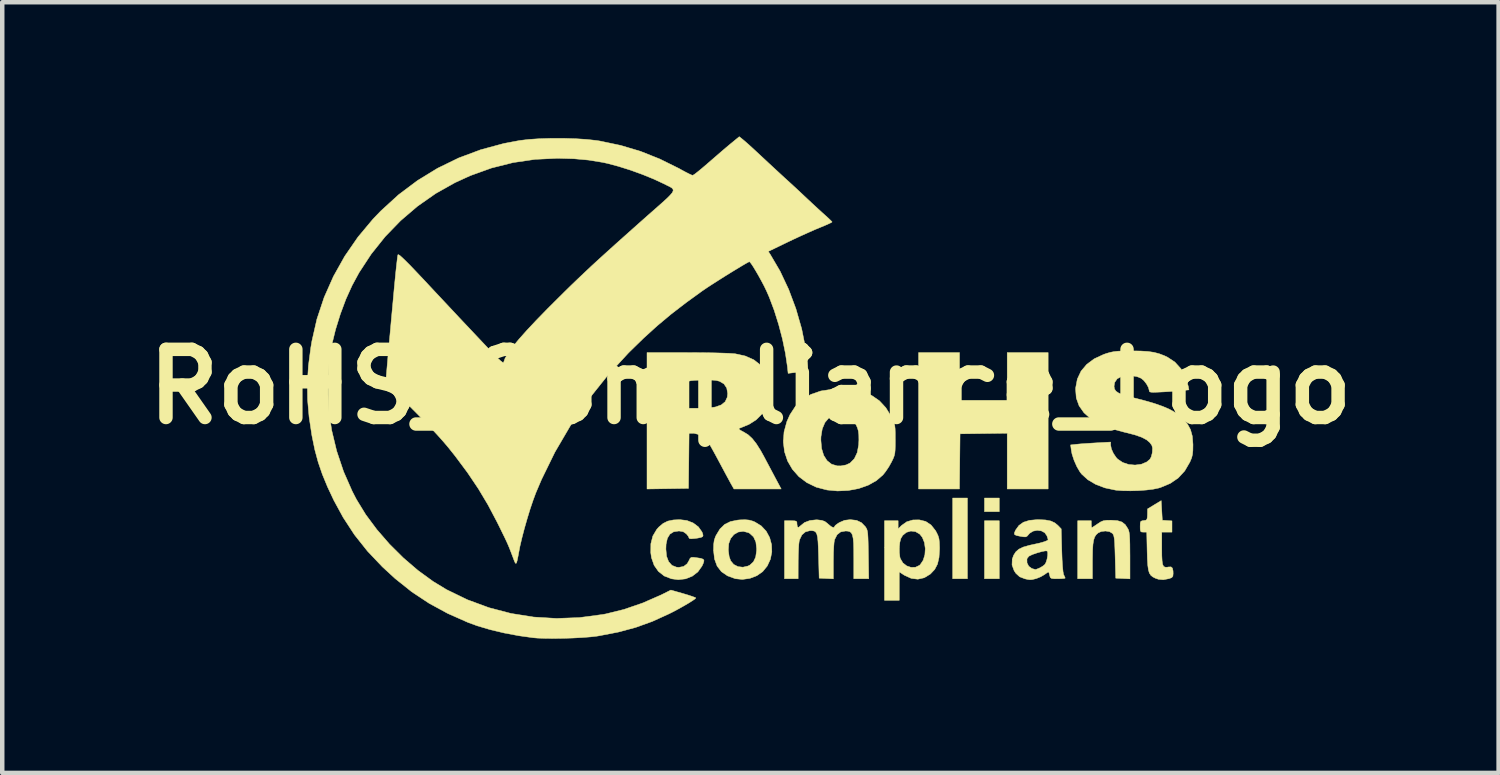
<source format=kicad_pcb>
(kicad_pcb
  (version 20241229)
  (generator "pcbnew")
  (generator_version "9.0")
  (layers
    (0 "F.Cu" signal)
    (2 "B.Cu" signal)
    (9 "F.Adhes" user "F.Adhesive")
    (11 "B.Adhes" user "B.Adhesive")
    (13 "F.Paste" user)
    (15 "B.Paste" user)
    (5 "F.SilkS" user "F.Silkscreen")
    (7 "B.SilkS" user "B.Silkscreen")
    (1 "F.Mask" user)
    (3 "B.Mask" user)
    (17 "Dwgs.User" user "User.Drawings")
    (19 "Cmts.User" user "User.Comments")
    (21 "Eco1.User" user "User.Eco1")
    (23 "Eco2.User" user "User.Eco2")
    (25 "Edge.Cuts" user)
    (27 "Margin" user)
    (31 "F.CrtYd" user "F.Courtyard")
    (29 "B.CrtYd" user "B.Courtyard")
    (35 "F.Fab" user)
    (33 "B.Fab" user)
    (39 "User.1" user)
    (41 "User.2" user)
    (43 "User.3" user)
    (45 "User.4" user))
  (footprint "RoHS_Compliance_Logo"
    (layer "F.Cu")
    (at 13.723 5.593)
    (property "Reference" "RoHS_Compliance_Logo" (at 0 0 0) (layer "F.SilkS") (effects (font (size 1.524 1.524) (thickness 0.3))))
    (attr through_hole)
    (fp_poly (pts (xy 4.851 4.293) (xy 4.521 4.293) (xy 4.521 2.489) (xy 4.851 2.489) (xy 4.851 4.293)) (stroke (width 0.01) (type solid)) (fill yes) (layer "F.SilkS"))
    (fp_poly (pts (xy 5.563 2.794) (xy 5.232 2.794) (xy 5.232 2.489) (xy 5.563 2.489) (xy 5.563 2.794)) (stroke (width 0.01) (type solid)) (fill yes) (layer "F.SilkS"))
    (fp_poly (pts (xy 5.563 4.293) (xy 5.232 4.293) (xy 5.232 2.997) (xy 5.563 2.997) (xy 5.563 4.293)) (stroke (width 0.01) (type solid)) (fill yes) (layer "F.SilkS"))
    (fp_poly (pts (xy 4.674 0.305) (xy 5.74 0.305) (xy 5.74 -0.762) (xy 6.655 -0.762) (xy 6.655 2.286) (xy 5.74 2.286) (xy 5.74 1.04) (xy 5.213 1.047) (xy 4.686 1.054) (xy 4.673 2.286) (xy 3.759 2.286) (xy 3.759 -0.762) (xy 4.674 -0.762) (xy 4.674 0.305)) (stroke (width 0.01) (type solid)) (fill yes) (layer "F.SilkS"))
    (fp_poly (pts (xy 9.207 2.985) (xy 9.423 3) (xy 9.423 3.251) (xy 9.195 3.251) (xy 9.195 3.616) (xy 9.196 3.776) (xy 9.202 3.891) (xy 9.213 3.969) (xy 9.234 4.014) (xy 9.266 4.034) (xy 9.311 4.036) (xy 9.345 4.03) (xy 9.401 4.028) (xy 9.433 4.055) (xy 9.447 4.119) (xy 9.449 4.179) (xy 9.443 4.237) (xy 9.417 4.268) (xy 9.356 4.291) (xy 9.354 4.291) (xy 9.228 4.315) (xy 9.121 4.305) (xy 9.051 4.281) (xy 8.993 4.251) (xy 8.949 4.215) (xy 8.917 4.165) (xy 8.896 4.093) (xy 8.882 3.992) (xy 8.873 3.855) (xy 8.868 3.678) (xy 8.859 3.251) (xy 8.786 3.251) (xy 8.742 3.248) (xy 8.72 3.23) (xy 8.713 3.184) (xy 8.712 3.126) (xy 8.714 3.051) (xy 8.725 3.013) (xy 8.754 2.998) (xy 8.792 2.992) (xy 8.84 2.985) (xy 8.863 2.964) (xy 8.872 2.918) (xy 8.875 2.858) (xy 8.877 2.732) (xy 9.03 2.639) (xy 9.182 2.547) (xy 9.207 2.985)) (stroke (width 0.01) (type solid)) (fill yes) (layer "F.SilkS"))
    (fp_poly (pts (xy 8.203 2.994) (xy 8.304 3.025) (xy 8.379 3.084) (xy 8.439 3.177) (xy 8.455 3.214) (xy 8.466 3.26) (xy 8.474 3.323) (xy 8.479 3.411) (xy 8.482 3.531) (xy 8.483 3.691) (xy 8.484 3.779) (xy 8.484 4.295) (xy 8.166 4.28) (xy 8.153 3.806) (xy 8.148 3.637) (xy 8.143 3.511) (xy 8.137 3.421) (xy 8.128 3.36) (xy 8.117 3.319) (xy 8.102 3.291) (xy 8.092 3.279) (xy 8.027 3.24) (xy 7.937 3.226) (xy 7.843 3.237) (xy 7.775 3.267) (xy 7.73 3.307) (xy 7.696 3.358) (xy 7.673 3.427) (xy 7.657 3.523) (xy 7.649 3.653) (xy 7.646 3.824) (xy 7.645 3.885) (xy 7.645 4.293) (xy 7.315 4.293) (xy 7.315 2.997) (xy 7.62 2.997) (xy 7.62 3.073) (xy 7.623 3.127) (xy 7.632 3.15) (xy 7.632 3.15) (xy 7.658 3.136) (xy 7.711 3.101) (xy 7.761 3.067) (xy 7.828 3.023) (xy 7.886 2.998) (xy 7.955 2.987) (xy 8.053 2.985) (xy 8.065 2.985) (xy 8.203 2.994)) (stroke (width 0.01) (type solid)) (fill yes) (layer "F.SilkS"))
    (fp_poly (pts (xy 3.918 3.012) (xy 4.038 3.092) (xy 4.138 3.218) (xy 4.164 3.266) (xy 4.196 3.334) (xy 4.215 3.4) (xy 4.224 3.479) (xy 4.228 3.588) (xy 4.228 3.632) (xy 4.216 3.817) (xy 4.182 3.965) (xy 4.12 4.084) (xy 4.027 4.183) (xy 4.019 4.19) (xy 3.885 4.271) (xy 3.743 4.303) (xy 3.596 4.285) (xy 3.446 4.217) (xy 3.425 4.204) (xy 3.327 4.139) (xy 3.327 4.775) (xy 2.997 4.775) (xy 2.997 3.593) (xy 3.329 3.593) (xy 3.33 3.711) (xy 3.342 3.812) (xy 3.353 3.847) (xy 3.41 3.941) (xy 3.494 4.006) (xy 3.591 4.039) (xy 3.69 4.036) (xy 3.778 3.994) (xy 3.796 3.978) (xy 3.862 3.88) (xy 3.9 3.756) (xy 3.909 3.619) (xy 3.89 3.485) (xy 3.843 3.368) (xy 3.786 3.296) (xy 3.689 3.239) (xy 3.586 3.227) (xy 3.487 3.256) (xy 3.404 3.324) (xy 3.362 3.395) (xy 3.34 3.481) (xy 3.329 3.593) (xy 2.997 3.593) (xy 2.997 2.997) (xy 3.302 2.997) (xy 3.302 3.179) (xy 3.378 3.103) (xy 3.494 3.02) (xy 3.633 2.979) (xy 3.775 2.977) (xy 3.918 3.012)) (stroke (width 0.01) (type solid)) (fill yes) (layer "F.SilkS"))
    (fp_poly (pts (xy -0.028 2.982) (xy 0.05 3.004) (xy 0.097 3.023) (xy 0.241 3.111) (xy 0.353 3.23) (xy 0.43 3.372) (xy 0.473 3.53) (xy 0.479 3.694) (xy 0.447 3.856) (xy 0.377 4.008) (xy 0.275 4.133) (xy 0.144 4.225) (xy -0.013 4.285) (xy -0.18 4.308) (xy -0.337 4.292) (xy -0.512 4.228) (xy -0.648 4.135) (xy -0.744 4.01) (xy -0.802 3.852) (xy -0.824 3.659) (xy -0.824 3.654) (xy -0.494 3.654) (xy -0.475 3.797) (xy -0.441 3.892) (xy -0.374 3.973) (xy -0.278 4.022) (xy -0.168 4.035) (xy -0.057 4.01) (xy -0.012 3.988) (xy 0.068 3.914) (xy 0.118 3.809) (xy 0.138 3.668) (xy 0.139 3.619) (xy 0.122 3.47) (xy 0.07 3.357) (xy -0.016 3.278) (xy -0.047 3.262) (xy -0.16 3.233) (xy -0.271 3.249) (xy -0.368 3.304) (xy -0.442 3.394) (xy -0.484 3.509) (xy -0.494 3.654) (xy -0.824 3.654) (xy -0.824 3.645) (xy -0.821 3.524) (xy -0.809 3.435) (xy -0.783 3.357) (xy -0.767 3.323) (xy -0.68 3.18) (xy -0.576 3.079) (xy -0.447 3.015) (xy -0.284 2.982) (xy -0.227 2.977) (xy -0.114 2.974) (xy -0.028 2.982)) (stroke (width 0.01) (type solid)) (fill yes) (layer "F.SilkS"))
    (fp_poly (pts (xy -1.42 2.991) (xy -1.278 3.047) (xy -1.163 3.133) (xy -1.084 3.244) (xy -1.069 3.28) (xy -1.058 3.323) (xy -1.067 3.351) (xy -1.104 3.369) (xy -1.177 3.384) (xy -1.244 3.393) (xy -1.327 3.4) (xy -1.366 3.392) (xy -1.372 3.38) (xy -1.388 3.343) (xy -1.429 3.293) (xy -1.434 3.288) (xy -1.503 3.241) (xy -1.593 3.226) (xy -1.6 3.226) (xy -1.715 3.243) (xy -1.8 3.297) (xy -1.856 3.389) (xy -1.885 3.522) (xy -1.889 3.631) (xy -1.874 3.79) (xy -1.828 3.911) (xy -1.754 3.994) (xy -1.653 4.034) (xy -1.6 4.039) (xy -1.492 4.018) (xy -1.412 3.956) (xy -1.371 3.884) (xy -1.349 3.838) (xy -1.322 3.816) (xy -1.275 3.814) (xy -1.21 3.822) (xy -1.11 3.837) (xy -1.054 3.857) (xy -1.037 3.89) (xy -1.052 3.944) (xy -1.082 4.01) (xy -1.174 4.139) (xy -1.298 4.235) (xy -1.447 4.295) (xy -1.612 4.314) (xy -1.765 4.294) (xy -1.927 4.231) (xy -2.056 4.129) (xy -2.152 3.992) (xy -2.211 3.823) (xy -2.227 3.712) (xy -2.225 3.511) (xy -2.181 3.338) (xy -2.094 3.191) (xy -2.046 3.137) (xy -1.95 3.056) (xy -1.847 3.005) (xy -1.722 2.979) (xy -1.58 2.972) (xy -1.42 2.991)) (stroke (width 0.01) (type solid)) (fill yes) (layer "F.SilkS"))
    (fp_poly (pts (xy 2.27 0.066) (xy 2.507 0.114) (xy 2.71 0.196) (xy 2.882 0.314) (xy 3.027 0.47) (xy 3.147 0.665) (xy 3.156 0.683) (xy 3.19 0.753) (xy 3.213 0.812) (xy 3.227 0.871) (xy 3.235 0.943) (xy 3.238 1.04) (xy 3.238 1.176) (xy 3.239 1.181) (xy 3.238 1.318) (xy 3.235 1.416) (xy 3.228 1.489) (xy 3.214 1.548) (xy 3.191 1.607) (xy 3.157 1.677) (xy 3.155 1.681) (xy 3.095 1.789) (xy 3.021 1.899) (xy 2.961 1.974) (xy 2.814 2.101) (xy 2.631 2.203) (xy 2.42 2.277) (xy 2.189 2.32) (xy 1.948 2.331) (xy 1.711 2.309) (xy 1.471 2.246) (xy 1.262 2.145) (xy 1.083 2.01) (xy 0.939 1.847) (xy 0.831 1.661) (xy 0.763 1.456) (xy 0.736 1.238) (xy 0.739 1.194) (xy 1.575 1.194) (xy 1.591 1.381) (xy 1.638 1.535) (xy 1.713 1.653) (xy 1.815 1.733) (xy 1.94 1.77) (xy 2.022 1.771) (xy 2.139 1.749) (xy 2.229 1.706) (xy 2.324 1.609) (xy 2.388 1.473) (xy 2.42 1.299) (xy 2.425 1.193) (xy 2.423 1.076) (xy 2.413 0.991) (xy 2.393 0.921) (xy 2.361 0.85) (xy 2.274 0.723) (xy 2.168 0.643) (xy 2.042 0.611) (xy 2.014 0.61) (xy 1.872 0.632) (xy 1.756 0.696) (xy 1.666 0.801) (xy 1.606 0.943) (xy 1.577 1.119) (xy 1.575 1.194) (xy 0.739 1.194) (xy 0.752 1.011) (xy 0.815 0.78) (xy 0.883 0.628) (xy 1.007 0.438) (xy 1.163 0.286) (xy 1.352 0.173) (xy 1.575 0.096) (xy 1.831 0.057) (xy 1.995 0.051) (xy 2.27 0.066)) (stroke (width 0.01) (type solid)) (fill yes) (layer "F.SilkS"))
    (fp_poly (pts (xy 2.373 2.988) (xy 2.483 3.04) (xy 2.57 3.13) (xy 2.589 3.16) (xy 2.604 3.191) (xy 2.615 3.232) (xy 2.623 3.289) (xy 2.628 3.371) (xy 2.632 3.483) (xy 2.635 3.635) (xy 2.637 3.753) (xy 2.645 4.293) (xy 2.311 4.293) (xy 2.311 3.834) (xy 2.31 3.642) (xy 2.306 3.495) (xy 2.296 3.388) (xy 2.279 3.313) (xy 2.254 3.265) (xy 2.218 3.239) (xy 2.169 3.228) (xy 2.125 3.226) (xy 2.018 3.246) (xy 1.938 3.308) (xy 1.884 3.414) (xy 1.879 3.431) (xy 1.87 3.487) (xy 1.863 3.582) (xy 1.857 3.705) (xy 1.855 3.844) (xy 1.854 3.906) (xy 1.854 4.295) (xy 1.537 4.28) (xy 1.524 3.792) (xy 1.518 3.606) (xy 1.511 3.465) (xy 1.501 3.363) (xy 1.484 3.293) (xy 1.46 3.25) (xy 1.426 3.227) (xy 1.381 3.219) (xy 1.331 3.218) (xy 1.23 3.245) (xy 1.151 3.313) (xy 1.1 3.419) (xy 1.09 3.458) (xy 1.082 3.524) (xy 1.076 3.628) (xy 1.071 3.757) (xy 1.068 3.898) (xy 1.068 3.931) (xy 1.067 4.293) (xy 0.762 4.293) (xy 0.762 2.997) (xy 0.902 2.997) (xy 0.982 2.998) (xy 1.023 3.007) (xy 1.039 3.029) (xy 1.041 3.072) (xy 1.041 3.073) (xy 1.05 3.134) (xy 1.076 3.146) (xy 1.118 3.111) (xy 1.119 3.11) (xy 1.209 3.037) (xy 1.331 2.991) (xy 1.47 2.976) (xy 1.503 2.977) (xy 1.598 2.989) (xy 1.663 3.012) (xy 1.721 3.056) (xy 1.735 3.069) (xy 1.802 3.125) (xy 1.852 3.149) (xy 1.878 3.138) (xy 1.88 3.125) (xy 1.9 3.099) (xy 1.951 3.061) (xy 1.99 3.036) (xy 2.104 2.987) (xy 2.231 2.972) (xy 2.232 2.972) (xy 2.373 2.988)) (stroke (width 0.01) (type solid)) (fill yes) (layer "F.SilkS"))
    (fp_poly (pts (xy -1.207 -0.761) (xy -0.997 -0.759) (xy -0.802 -0.756) (xy -0.63 -0.751) (xy -0.488 -0.746) (xy -0.384 -0.739) (xy -0.338 -0.735) (xy -0.113 -0.685) (xy 0.076 -0.601) (xy 0.227 -0.483) (xy 0.339 -0.333) (xy 0.365 -0.282) (xy 0.393 -0.209) (xy 0.41 -0.13) (xy 0.418 -0.028) (xy 0.419 0.076) (xy 0.417 0.197) (xy 0.41 0.284) (xy 0.394 0.355) (xy 0.365 0.426) (xy 0.348 0.462) (xy 0.253 0.616) (xy 0.129 0.74) (xy -0.031 0.842) (xy -0.232 0.925) (xy -0.254 0.932) (xy -0.256 0.949) (xy -0.215 0.979) (xy -0.155 1.011) (xy -0.055 1.071) (xy 0.038 1.156) (xy 0.131 1.273) (xy 0.229 1.428) (xy 0.296 1.549) (xy 0.359 1.668) (xy 0.434 1.809) (xy 0.51 1.952) (xy 0.549 2.026) (xy 0.688 2.286) (xy 0.16 2.286) (xy -0.368 2.286) (xy -0.415 2.203) (xy -0.443 2.154) (xy -0.489 2.069) (xy -0.549 1.958) (xy -0.618 1.829) (xy -0.675 1.722) (xy -0.748 1.586) (xy -0.817 1.459) (xy -0.877 1.351) (xy -0.923 1.271) (xy -0.945 1.235) (xy -1.032 1.14) (xy -1.143 1.072) (xy -1.26 1.042) (xy -1.279 1.041) (xy -1.371 1.041) (xy -1.377 1.657) (xy -1.384 2.273) (xy -1.848 2.28) (xy -2.311 2.287) (xy -2.311 -0.121) (xy -1.372 -0.121) (xy -1.372 -0.089) (xy -1.372 -0.018) (xy -1.372 0.083) (xy -1.372 0.191) (xy -1.372 0.483) (xy -1.144 0.483) (xy -1.022 0.479) (xy -0.9 0.47) (xy -0.801 0.457) (xy -0.783 0.454) (xy -0.652 0.408) (xy -0.564 0.336) (xy -0.517 0.235) (xy -0.508 0.152) (xy -0.529 0.03) (xy -0.591 -0.062) (xy -0.69 -0.121) (xy -0.764 -0.139) (xy -0.837 -0.146) (xy -0.935 -0.149) (xy -1.044 -0.149) (xy -1.153 -0.146) (xy -1.251 -0.141) (xy -1.327 -0.134) (xy -1.368 -0.125) (xy -1.372 -0.121) (xy -2.311 -0.121) (xy -2.311 -0.762) (xy -1.424 -0.762) (xy -1.207 -0.761)) (stroke (width 0.01) (type solid)) (fill yes) (layer "F.SilkS"))
    (fp_poly (pts (xy 6.594 2.979) (xy 6.713 3.002) (xy 6.804 3.044) (xy 6.872 3.1) (xy 6.947 3.178) (xy 6.96 3.666) (xy 6.967 3.864) (xy 6.977 4.02) (xy 6.988 4.133) (xy 7 4.198) (xy 7.005 4.208) (xy 7.028 4.256) (xy 7.036 4.278) (xy 7.013 4.286) (xy 6.952 4.291) (xy 6.87 4.293) (xy 6.781 4.292) (xy 6.73 4.285) (xy 6.705 4.268) (xy 6.693 4.234) (xy 6.689 4.216) (xy 6.675 4.163) (xy 6.663 4.14) (xy 6.663 4.14) (xy 6.637 4.154) (xy 6.588 4.189) (xy 6.571 4.201) (xy 6.489 4.249) (xy 6.39 4.289) (xy 6.295 4.312) (xy 6.248 4.315) (xy 6.197 4.308) (xy 6.134 4.294) (xy 6.018 4.249) (xy 5.933 4.171) (xy 5.895 4.113) (xy 5.848 3.985) (xy 5.853 3.855) (xy 5.853 3.855) (xy 6.181 3.855) (xy 6.183 3.938) (xy 6.222 4.014) (xy 6.288 4.063) (xy 6.3 4.067) (xy 6.349 4.081) (xy 6.37 4.087) (xy 6.396 4.08) (xy 6.449 4.059) (xy 6.459 4.055) (xy 6.529 4.016) (xy 6.583 3.973) (xy 6.583 3.972) (xy 6.609 3.924) (xy 6.631 3.852) (xy 6.644 3.775) (xy 6.646 3.709) (xy 6.634 3.674) (xy 6.633 3.673) (xy 6.593 3.67) (xy 6.516 3.685) (xy 6.412 3.714) (xy 6.306 3.75) (xy 6.227 3.788) (xy 6.187 3.836) (xy 6.181 3.855) (xy 5.853 3.855) (xy 5.883 3.769) (xy 5.932 3.692) (xy 6.001 3.632) (xy 6.099 3.585) (xy 6.235 3.546) (xy 6.313 3.529) (xy 6.459 3.497) (xy 6.567 3.466) (xy 6.634 3.44) (xy 6.655 3.419) (xy 6.647 3.392) (xy 6.629 3.338) (xy 6.627 3.332) (xy 6.579 3.264) (xy 6.503 3.223) (xy 6.411 3.211) (xy 6.319 3.229) (xy 6.241 3.277) (xy 6.22 3.301) (xy 6.188 3.339) (xy 6.156 3.357) (xy 6.106 3.356) (xy 6.031 3.344) (xy 5.946 3.326) (xy 5.905 3.305) (xy 5.9 3.271) (xy 5.923 3.215) (xy 5.928 3.205) (xy 6.002 3.102) (xy 6.103 3.03) (xy 6.236 2.988) (xy 6.407 2.972) (xy 6.436 2.972) (xy 6.594 2.979)) (stroke (width 0.01) (type solid)) (fill yes) (layer "F.SilkS"))
    (fp_poly (pts (xy 8.723 -0.797) (xy 8.886 -0.787) (xy 9.021 -0.767) (xy 9.139 -0.736) (xy 9.254 -0.692) (xy 9.323 -0.659) (xy 9.49 -0.548) (xy 9.625 -0.399) (xy 9.725 -0.218) (xy 9.787 -0.009) (xy 9.802 0.071) (xy 9.67 0.085) (xy 9.591 0.093) (xy 9.477 0.101) (xy 9.345 0.11) (xy 9.227 0.117) (xy 9.096 0.123) (xy 9.008 0.126) (xy 8.954 0.123) (xy 8.926 0.115) (xy 8.916 0.1) (xy 8.915 0.089) (xy 8.898 0.02) (xy 8.853 -0.063) (xy 8.793 -0.139) (xy 8.734 -0.188) (xy 8.638 -0.226) (xy 8.515 -0.246) (xy 8.391 -0.247) (xy 8.297 -0.23) (xy 8.198 -0.176) (xy 8.142 -0.095) (xy 8.128 -0.009) (xy 8.138 0.051) (xy 8.171 0.101) (xy 8.233 0.143) (xy 8.331 0.183) (xy 8.471 0.224) (xy 8.54 0.242) (xy 8.809 0.311) (xy 9.033 0.376) (xy 9.218 0.441) (xy 9.37 0.507) (xy 9.496 0.577) (xy 9.6 0.653) (xy 9.657 0.704) (xy 9.765 0.828) (xy 9.837 0.959) (xy 9.878 1.108) (xy 9.892 1.289) (xy 9.892 1.308) (xy 9.89 1.429) (xy 9.881 1.517) (xy 9.862 1.593) (xy 9.828 1.674) (xy 9.822 1.687) (xy 9.708 1.883) (xy 9.562 2.041) (xy 9.383 2.163) (xy 9.165 2.254) (xy 9.124 2.266) (xy 9.005 2.291) (xy 8.85 2.31) (xy 8.675 2.323) (xy 8.494 2.328) (xy 8.323 2.325) (xy 8.176 2.314) (xy 8.157 2.311) (xy 7.925 2.262) (xy 7.717 2.183) (xy 7.541 2.079) (xy 7.404 1.954) (xy 7.368 1.908) (xy 7.298 1.789) (xy 7.235 1.647) (xy 7.189 1.506) (xy 7.174 1.427) (xy 7.157 1.302) (xy 7.293 1.287) (xy 7.374 1.279) (xy 7.489 1.271) (xy 7.623 1.262) (xy 7.741 1.255) (xy 8.052 1.238) (xy 8.052 1.306) (xy 8.069 1.392) (xy 8.113 1.49) (xy 8.175 1.582) (xy 8.208 1.618) (xy 8.321 1.694) (xy 8.455 1.739) (xy 8.598 1.752) (xy 8.736 1.734) (xy 8.857 1.684) (xy 8.929 1.624) (xy 8.959 1.57) (xy 8.98 1.49) (xy 8.985 1.453) (xy 8.988 1.37) (xy 8.973 1.312) (xy 8.931 1.253) (xy 8.93 1.251) (xy 8.856 1.188) (xy 8.746 1.13) (xy 8.594 1.077) (xy 8.396 1.026) (xy 8.362 1.018) (xy 8.066 0.939) (xy 7.817 0.84) (xy 7.613 0.722) (xy 7.457 0.584) (xy 7.347 0.428) (xy 7.284 0.253) (xy 7.269 0.059) (xy 7.27 0.028) (xy 7.308 -0.172) (xy 7.391 -0.348) (xy 7.517 -0.498) (xy 7.685 -0.623) (xy 7.896 -0.721) (xy 7.963 -0.744) (xy 8.044 -0.767) (xy 8.123 -0.783) (xy 8.213 -0.793) (xy 8.326 -0.798) (xy 8.474 -0.8) (xy 8.522 -0.8) (xy 8.723 -0.797)) (stroke (width 0.01) (type solid)) (fill yes) (layer "F.SilkS"))
    (fp_poly (pts (xy -0.182 -5.535) (xy -0.121 -5.484) (xy -0.03 -5.404) (xy 0.092 -5.292) (xy 0.247 -5.148) (xy 0.331 -5.07) (xy 0.411 -4.995) (xy 0.517 -4.897) (xy 0.636 -4.787) (xy 0.755 -4.677) (xy 0.787 -4.648) (xy 0.91 -4.536) (xy 1.04 -4.416) (xy 1.163 -4.301) (xy 1.265 -4.205) (xy 1.282 -4.189) (xy 1.389 -4.089) (xy 1.505 -3.982) (xy 1.611 -3.885) (xy 1.655 -3.846) (xy 1.73 -3.778) (xy 1.789 -3.722) (xy 1.822 -3.688) (xy 1.826 -3.682) (xy 1.805 -3.667) (xy 1.746 -3.639) (xy 1.658 -3.6) (xy 1.556 -3.558) (xy 1.44 -3.51) (xy 1.294 -3.445) (xy 1.129 -3.371) (xy 0.961 -3.293) (xy 0.841 -3.236) (xy 0.4 -3.023) (xy 0.444 -2.956) (xy 0.663 -2.583) (xy 0.855 -2.175) (xy 1.017 -1.742) (xy 1.146 -1.294) (xy 1.237 -0.841) (xy 1.26 -0.675) (xy 1.276 -0.538) (xy 1.283 -0.443) (xy 1.279 -0.383) (xy 1.261 -0.349) (xy 1.227 -0.334) (xy 1.176 -0.33) (xy 1.168 -0.33) (xy 1.106 -0.327) (xy 1.019 -0.319) (xy 0.974 -0.314) (xy 0.843 -0.298) (xy 0.827 -0.448) (xy 0.783 -0.744) (xy 0.717 -1.064) (xy 0.631 -1.391) (xy 0.531 -1.709) (xy 0.421 -2.001) (xy 0.36 -2.14) (xy 0.308 -2.248) (xy 0.246 -2.365) (xy 0.181 -2.483) (xy 0.117 -2.593) (xy 0.06 -2.687) (xy 0.013 -2.756) (xy -0.017 -2.791) (xy -0.022 -2.794) (xy -0.052 -2.781) (xy -0.116 -2.745) (xy -0.209 -2.69) (xy -0.323 -2.621) (xy -0.451 -2.543) (xy -0.586 -2.459) (xy -0.72 -2.374) (xy -0.847 -2.293) (xy -0.959 -2.22) (xy -1.049 -2.159) (xy -1.07 -2.145) (xy -1.437 -1.879) (xy -1.771 -1.622) (xy -2.083 -1.361) (xy -2.386 -1.086) (xy -2.693 -0.787) (xy -2.727 -0.753) (xy -3.201 -0.238) (xy -3.633 0.303) (xy -4.023 0.871) (xy -4.369 1.462) (xy -4.669 2.075) (xy -4.798 2.378) (xy -4.857 2.538) (xy -4.923 2.733) (xy -4.989 2.949) (xy -5.052 3.169) (xy -5.107 3.38) (xy -5.151 3.566) (xy -5.166 3.645) (xy -5.193 3.789) (xy -5.213 3.886) (xy -5.229 3.94) (xy -5.244 3.952) (xy -5.263 3.927) (xy -5.288 3.866) (xy -5.321 3.777) (xy -5.356 3.686) (xy -5.386 3.609) (xy -5.416 3.537) (xy -5.45 3.461) (xy -5.492 3.372) (xy -5.546 3.262) (xy -5.616 3.119) (xy -5.665 3.021) (xy -5.864 2.644) (xy -6.08 2.282) (xy -6.323 1.921) (xy -6.598 1.552) (xy -6.751 1.36) (xy -6.856 1.236) (xy -6.986 1.09) (xy -7.134 0.931) (xy -7.292 0.764) (xy -7.455 0.599) (xy -7.613 0.441) (xy -7.761 0.299) (xy -7.89 0.179) (xy -7.995 0.089) (xy -8.01 0.076) (xy -8.155 -0.038) (xy -8.141 -0.216) (xy -8.132 -0.317) (xy -8.119 -0.468) (xy -8.102 -0.666) (xy -8.08 -0.911) (xy -8.053 -1.201) (xy -8.023 -1.535) (xy -7.988 -1.911) (xy -7.962 -2.197) (xy -7.944 -2.383) (xy -7.927 -2.555) (xy -7.911 -2.703) (xy -7.897 -2.823) (xy -7.887 -2.907) (xy -7.879 -2.948) (xy -7.879 -2.949) (xy -7.865 -2.951) (xy -7.834 -2.931) (xy -7.783 -2.886) (xy -7.709 -2.815) (xy -7.609 -2.715) (xy -7.483 -2.583) (xy -7.326 -2.417) (xy -7.194 -2.276) (xy -7.038 -2.109) (xy -6.886 -1.947) (xy -6.743 -1.794) (xy -6.615 -1.658) (xy -6.507 -1.542) (xy -6.423 -1.453) (xy -6.369 -1.396) (xy -6.368 -1.395) (xy -6.299 -1.322) (xy -6.204 -1.221) (xy -6.092 -1.102) (xy -5.973 -0.976) (xy -5.867 -0.864) (xy -5.743 -0.733) (xy -5.649 -0.638) (xy -5.582 -0.576) (xy -5.54 -0.544) (xy -5.519 -0.539) (xy -5.516 -0.545) (xy -5.484 -0.634) (xy -5.417 -0.748) (xy -5.315 -0.889) (xy -5.177 -1.057) (xy -5.001 -1.255) (xy -4.788 -1.482) (xy -4.536 -1.741) (xy -4.484 -1.793) (xy -4.312 -1.964) (xy -4.153 -2.122) (xy -4.002 -2.27) (xy -3.853 -2.413) (xy -3.703 -2.555) (xy -3.547 -2.702) (xy -3.379 -2.856) (xy -3.195 -3.023) (xy -2.991 -3.207) (xy -2.761 -3.412) (xy -2.502 -3.643) (xy -2.29 -3.831) (xy -2.116 -3.984) (xy -1.977 -4.107) (xy -1.87 -4.204) (xy -1.795 -4.279) (xy -1.747 -4.335) (xy -1.726 -4.379) (xy -1.73 -4.412) (xy -1.755 -4.441) (xy -1.8 -4.469) (xy -1.864 -4.5) (xy -1.936 -4.536) (xy -2.159 -4.64) (xy -2.414 -4.744) (xy -2.682 -4.841) (xy -2.949 -4.925) (xy -3.197 -4.991) (xy -3.303 -5.014) (xy -3.616 -5.065) (xy -3.945 -5.095) (xy -4.306 -5.105) (xy -4.31 -5.105) (xy -4.814 -5.081) (xy -5.305 -5.009) (xy -5.786 -4.888) (xy -6.261 -4.717) (xy -6.604 -4.56) (xy -7.033 -4.319) (xy -7.439 -4.035) (xy -7.817 -3.712) (xy -8.164 -3.354) (xy -8.475 -2.965) (xy -8.747 -2.55) (xy -8.903 -2.262) (xy -9.041 -1.957) (xy -9.166 -1.622) (xy -9.273 -1.277) (xy -9.356 -0.939) (xy -9.397 -0.713) (xy -9.419 -0.521) (xy -9.434 -0.296) (xy -9.442 -0.055) (xy -9.442 0.184) (xy -9.434 0.405) (xy -9.426 0.508) (xy -9.36 0.971) (xy -9.248 1.437) (xy -9.094 1.896) (xy -8.9 2.338) (xy -8.806 2.52) (xy -8.599 2.858) (xy -8.35 3.193) (xy -8.067 3.519) (xy -7.758 3.826) (xy -7.432 4.106) (xy -7.096 4.351) (xy -6.79 4.537) (xy -6.324 4.763) (xy -5.843 4.94) (xy -5.35 5.069) (xy -4.847 5.149) (xy -4.336 5.18) (xy -3.821 5.161) (xy -3.303 5.092) (xy -3.231 5.079) (xy -2.826 4.979) (xy -2.41 4.836) (xy -1.996 4.655) (xy -1.924 4.619) (xy -1.778 4.546) (xy -1.498 4.626) (xy -1.388 4.659) (xy -1.298 4.689) (xy -1.239 4.711) (xy -1.219 4.722) (xy -1.24 4.745) (xy -1.299 4.786) (xy -1.387 4.841) (xy -1.497 4.905) (xy -1.62 4.974) (xy -1.749 5.042) (xy -1.823 5.079) (xy -2.192 5.247) (xy -2.564 5.381) (xy -2.955 5.486) (xy -3.376 5.567) (xy -3.429 5.576) (xy -3.576 5.593) (xy -3.758 5.607) (xy -3.963 5.618) (xy -4.178 5.625) (xy -4.39 5.628) (xy -4.586 5.626) (xy -4.754 5.62) (xy -4.851 5.612) (xy -5.175 5.567) (xy -5.501 5.506) (xy -5.816 5.431) (xy -6.106 5.345) (xy -6.314 5.269) (xy -6.767 5.068) (xy -7.182 4.842) (xy -7.57 4.585) (xy -7.94 4.29) (xy -8.226 4.027) (xy -8.559 3.676) (xy -8.849 3.311) (xy -9.103 2.922) (xy -9.31 2.542) (xy -9.453 2.238) (xy -9.568 1.959) (xy -9.661 1.688) (xy -9.736 1.411) (xy -9.797 1.113) (xy -9.802 1.088) (xy -9.864 0.678) (xy -9.898 0.292) (xy -9.903 -0.085) (xy -9.879 -0.469) (xy -9.826 -0.873) (xy -9.802 -1.016) (xy -9.689 -1.512) (xy -9.528 -1.996) (xy -9.32 -2.465) (xy -9.068 -2.915) (xy -8.772 -3.344) (xy -8.435 -3.747) (xy -8.262 -3.927) (xy -7.866 -4.289) (xy -7.442 -4.607) (xy -6.993 -4.882) (xy -6.521 -5.112) (xy -6.026 -5.297) (xy -5.511 -5.436) (xy -5.156 -5.503) (xy -4.953 -5.527) (xy -4.713 -5.543) (xy -4.451 -5.551) (xy -4.179 -5.551) (xy -3.911 -5.543) (xy -3.661 -5.527) (xy -3.442 -5.503) (xy -3.365 -5.491) (xy -2.899 -5.393) (xy -2.457 -5.261) (xy -2.027 -5.09) (xy -1.596 -4.877) (xy -1.543 -4.847) (xy -1.446 -4.795) (xy -1.365 -4.754) (xy -1.31 -4.729) (xy -1.293 -4.724) (xy -1.272 -4.733) (xy -1.232 -4.76) (xy -1.17 -4.809) (xy -1.081 -4.882) (xy -0.963 -4.983) (xy -0.812 -5.114) (xy -0.762 -5.157) (xy -0.656 -5.249) (xy -0.541 -5.347) (xy -0.437 -5.434) (xy -0.41 -5.456) (xy -0.249 -5.588) (xy -0.182 -5.535)) (stroke (width 0.01) (type solid)) (fill yes) (layer "F.SilkS")))
  (gr_rect
    (start -3 -3)
    (end 30.447 14.226)
    (stroke (width 0.1) (type default))
    (fill no)
    (layer "Edge.Cuts")))
</source>
